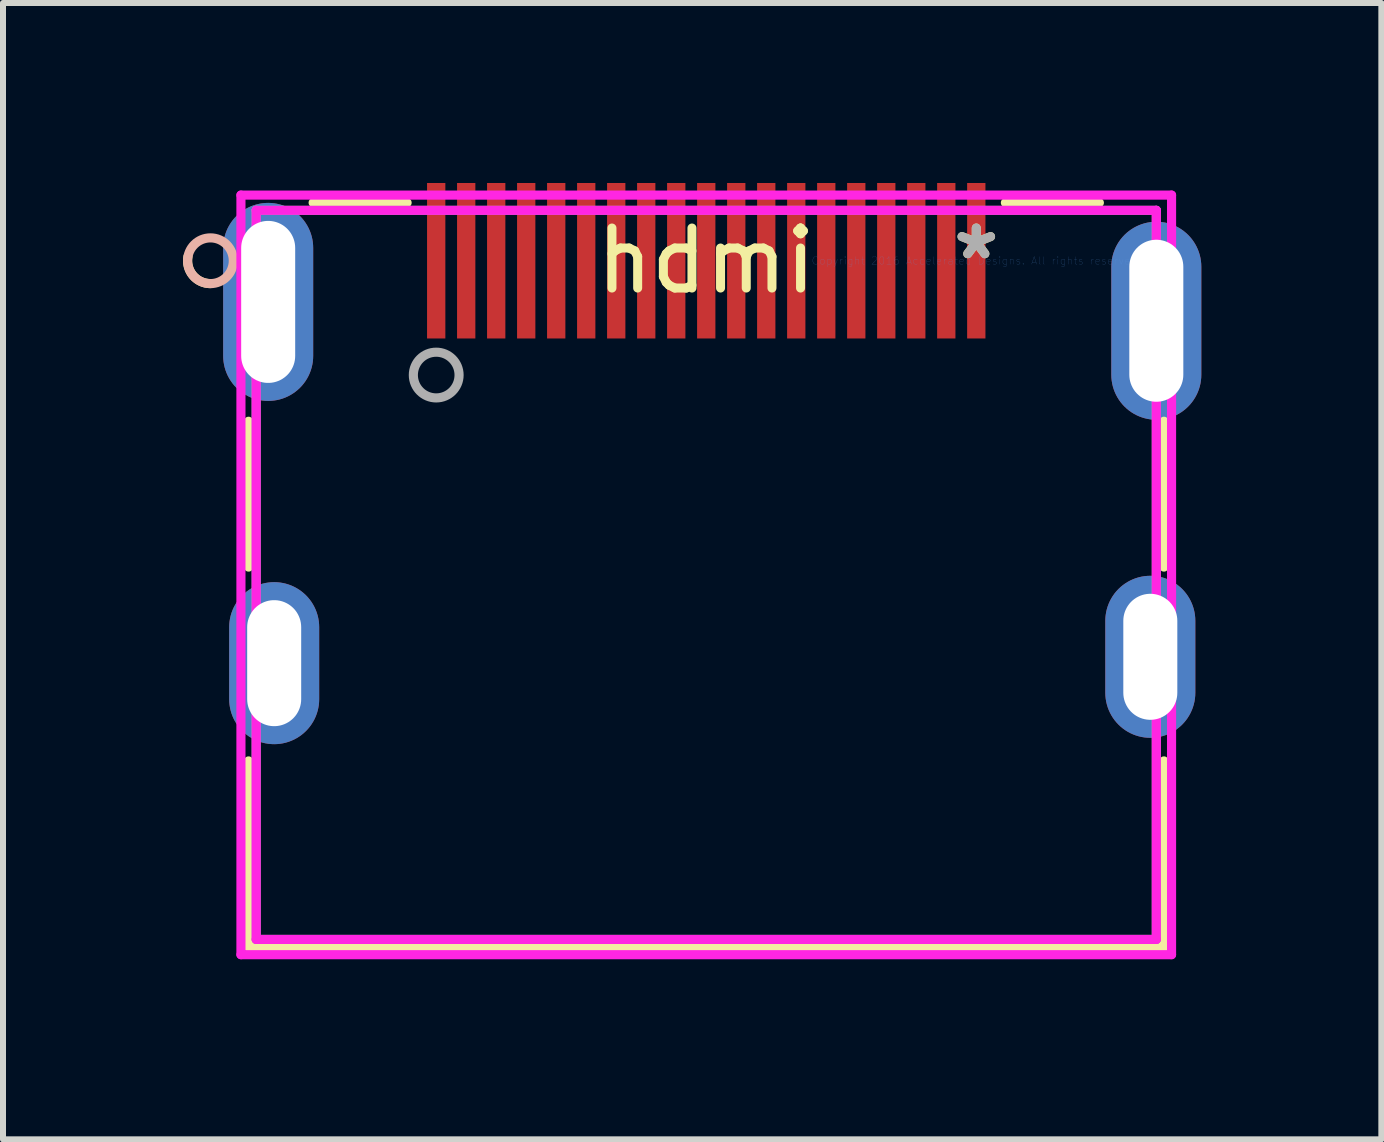
<source format=kicad_pcb>
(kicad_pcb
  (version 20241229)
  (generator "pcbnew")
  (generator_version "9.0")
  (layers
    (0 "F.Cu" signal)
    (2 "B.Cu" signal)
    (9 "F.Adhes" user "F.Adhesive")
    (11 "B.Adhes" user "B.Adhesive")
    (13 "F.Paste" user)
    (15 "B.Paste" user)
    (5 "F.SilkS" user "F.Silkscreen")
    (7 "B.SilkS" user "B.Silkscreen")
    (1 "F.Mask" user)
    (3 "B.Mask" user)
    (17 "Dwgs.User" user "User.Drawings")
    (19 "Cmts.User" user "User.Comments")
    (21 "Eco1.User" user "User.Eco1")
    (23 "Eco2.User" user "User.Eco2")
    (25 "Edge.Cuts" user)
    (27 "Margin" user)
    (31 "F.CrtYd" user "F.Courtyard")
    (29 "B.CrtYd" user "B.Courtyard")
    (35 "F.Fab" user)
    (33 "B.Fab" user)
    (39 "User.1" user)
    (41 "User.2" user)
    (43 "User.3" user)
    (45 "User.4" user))
  (footprint "hdmi"
    (layer "F.Cu")
    (at 8.719 7.095)
    (property "Reference" "hdmi" (at -0.000001 -5.8 0) (layer "F.SilkS") (effects (font (size 1 1) (thickness 0.15))))
    (attr through_hole)
    (fp_line (start -7.627 -3.125) (end -7.627 -0.695) (stroke (width 0.152) (type solid)) (layer "F.SilkS"))
    (fp_line (start -7.627 2.535) (end -7.627 5.637) (stroke (width 0.152) (type solid)) (layer "F.SilkS"))
    (fp_line (start -7.627 5.637) (end 7.627 5.637) (stroke (width 0.152) (type solid)) (layer "F.SilkS"))
    (fp_line (start -4.985 -6.767) (end -6.551 -6.767) (stroke (width 0.152) (type solid)) (layer "F.SilkS"))
    (fp_line (start 6.551 -6.767) (end 4.985 -6.767) (stroke (width 0.152) (type solid)) (layer "F.SilkS"))
    (fp_line (start 7.627 -0.695) (end 7.627 -3.125) (stroke (width 0.152) (type solid)) (layer "F.SilkS"))
    (fp_line (start 7.627 5.637) (end 7.627 2.535) (stroke (width 0.152) (type solid)) (layer "F.SilkS"))
    (fp_arc (start -8.262001 -5.419) (mid -8.554894 -5.55633) (end -8.636642 -5.869321) (stroke (width 0.1524) (type solid)) (layer "F.SilkS"))
    (fp_circle (center -8.262 -5.8) (end -7.881 -5.8) (stroke (width 0.152) (type solid)) (fill no) (layer "B.SilkS"))
    (fp_line (start -7.754 -6.894) (end -7.754 5.764) (stroke (width 0.152) (type solid)) (layer "F.CrtYd"))
    (fp_line (start -7.754 5.764) (end 7.754 5.764) (stroke (width 0.152) (type solid)) (layer "F.CrtYd"))
    (fp_line (start -7.5 -6.64) (end -7.5 5.51) (stroke (width 0.152) (type solid)) (layer "F.CrtYd"))
    (fp_line (start -7.5 5.51) (end 7.5 5.51) (stroke (width 0.152) (type solid)) (layer "F.CrtYd"))
    (fp_line (start 7.5 -6.64) (end -7.5 -6.64) (stroke (width 0.152) (type solid)) (layer "F.CrtYd"))
    (fp_line (start 7.5 5.51) (end 7.5 -6.64) (stroke (width 0.152) (type solid)) (layer "F.CrtYd"))
    (fp_line (start 7.754 -6.894) (end -7.754 -6.894) (stroke (width 0.152) (type solid)) (layer "F.CrtYd"))
    (fp_line (start 7.754 5.764) (end 7.754 -6.894) (stroke (width 0.152) (type solid)) (layer "F.CrtYd"))
    (fp_line (start -7.5 -6.64) (end -7.5 5.51) (stroke (width 0.152) (type solid)) (layer "F.Fab"))
    (fp_line (start -7.5 5.51) (end 7.5 5.51) (stroke (width 0.152) (type solid)) (layer "F.Fab"))
    (fp_line (start 7.5 -6.64) (end -7.5 -6.64) (stroke (width 0.152) (type solid)) (layer "F.Fab"))
    (fp_line (start 7.5 5.51) (end 7.5 -6.64) (stroke (width 0.152) (type solid)) (layer "F.Fab"))
    (fp_circle (center -4.5 -3.895) (end -4.119 -3.895) (stroke (width 0.152) (type solid)) (fill no) (layer "F.Fab"))
    (fp_text user "*" (at 4.5 -5.8 0) (layer "F.SilkS") (effects (font (size 1 1) (thickness 0.15))))
    (fp_text user "Copyright 2016 Accelerated Designs. All rights reserved." (at 4.5 -5.8 0) (layer "Cmts.User") (effects (font (size 0.127 0.127) (thickness 0.002))))
    (fp_text user "*" (at 4.5 -5.8 0) (layer "F.Fab") (effects (font (size 1 1) (thickness 0.15))))
    (pad "1" smd rect (at -4.5 -5.8) (size 0.305 2.591) (layers "F.Cu" "F.Mask" "F.Paste"))
    (pad "2" smd rect (at -4 -5.8) (size 0.305 2.591) (layers "F.Cu" "F.Mask" "F.Paste"))
    (pad "3" smd rect (at -3.5 -5.8) (size 0.305 2.591) (layers "F.Cu" "F.Mask" "F.Paste"))
    (pad "4" smd rect (at -3 -5.8) (size 0.305 2.591) (layers "F.Cu" "F.Mask" "F.Paste"))
    (pad "5" smd rect (at -2.5 -5.8) (size 0.305 2.591) (layers "F.Cu" "F.Mask" "F.Paste"))
    (pad "6" smd rect (at -2 -5.8) (size 0.305 2.591) (layers "F.Cu" "F.Mask" "F.Paste"))
    (pad "7" smd rect (at -1.5 -5.8) (size 0.305 2.591) (layers "F.Cu" "F.Mask" "F.Paste"))
    (pad "8" smd rect (at -1 -5.8) (size 0.305 2.591) (layers "F.Cu" "F.Mask" "F.Paste"))
    (pad "9" smd rect (at -0.5 -5.8) (size 0.305 2.591) (layers "F.Cu" "F.Mask" "F.Paste"))
    (pad "10" smd rect (at -0.000001 -5.8) (size 0.305 2.591) (layers "F.Cu" "F.Mask" "F.Paste"))
    (pad "11" smd rect (at 0.5 -5.8) (size 0.305 2.591) (layers "F.Cu" "F.Mask" "F.Paste"))
    (pad "12" smd rect (at 1 -5.8) (size 0.305 2.591) (layers "F.Cu" "F.Mask" "F.Paste"))
    (pad "13" smd rect (at 1.5 -5.8) (size 0.305 2.591) (layers "F.Cu" "F.Mask" "F.Paste"))
    (pad "14" smd rect (at 2 -5.8) (size 0.305 2.591) (layers "F.Cu" "F.Mask" "F.Paste"))
    (pad "15" smd rect (at 2.5 -5.8) (size 0.305 2.591) (layers "F.Cu" "F.Mask" "F.Paste"))
    (pad "16" smd rect (at 3 -5.8) (size 0.305 2.591) (layers "F.Cu" "F.Mask" "F.Paste"))
    (pad "17" smd rect (at 3.5 -5.8) (size 0.305 2.591) (layers "F.Cu" "F.Mask" "F.Paste"))
    (pad "18" smd rect (at 4 -5.8) (size 0.305 2.591) (layers "F.Cu" "F.Mask" "F.Paste"))
    (pad "19" smd rect (at 4.5 -5.8) (size 0.305 2.591) (layers "F.Cu" "F.Mask" "F.Paste"))
    (pad "SH" thru_hole oval (at -7.3 -5.114) (size 1.5 3.3) (drill oval 0.9 2.7) (layers "*.Cu" "*.Mask"))
    (pad "SH" thru_hole oval (at -7.2 0.906) (size 1.5 2.7) (drill oval 0.9 2.1) (layers "*.Cu" "*.Mask"))
    (pad "SH" thru_hole oval (at 7.4 0.8) (size 1.5 2.7) (drill oval 0.9 2.1) (layers "*.Cu" "*.Mask"))
    (pad "SH" thru_hole oval (at 7.5 -4.8) (size 1.5 3.3) (drill oval 0.9 2.7) (layers "*.Cu" "*.Mask")))
  (gr_rect
    (start -3 -3)
    (end 19.969 15.936)
    (stroke (width 0.1) (type default))
    (fill no)
    (layer "Edge.Cuts")))
</source>
